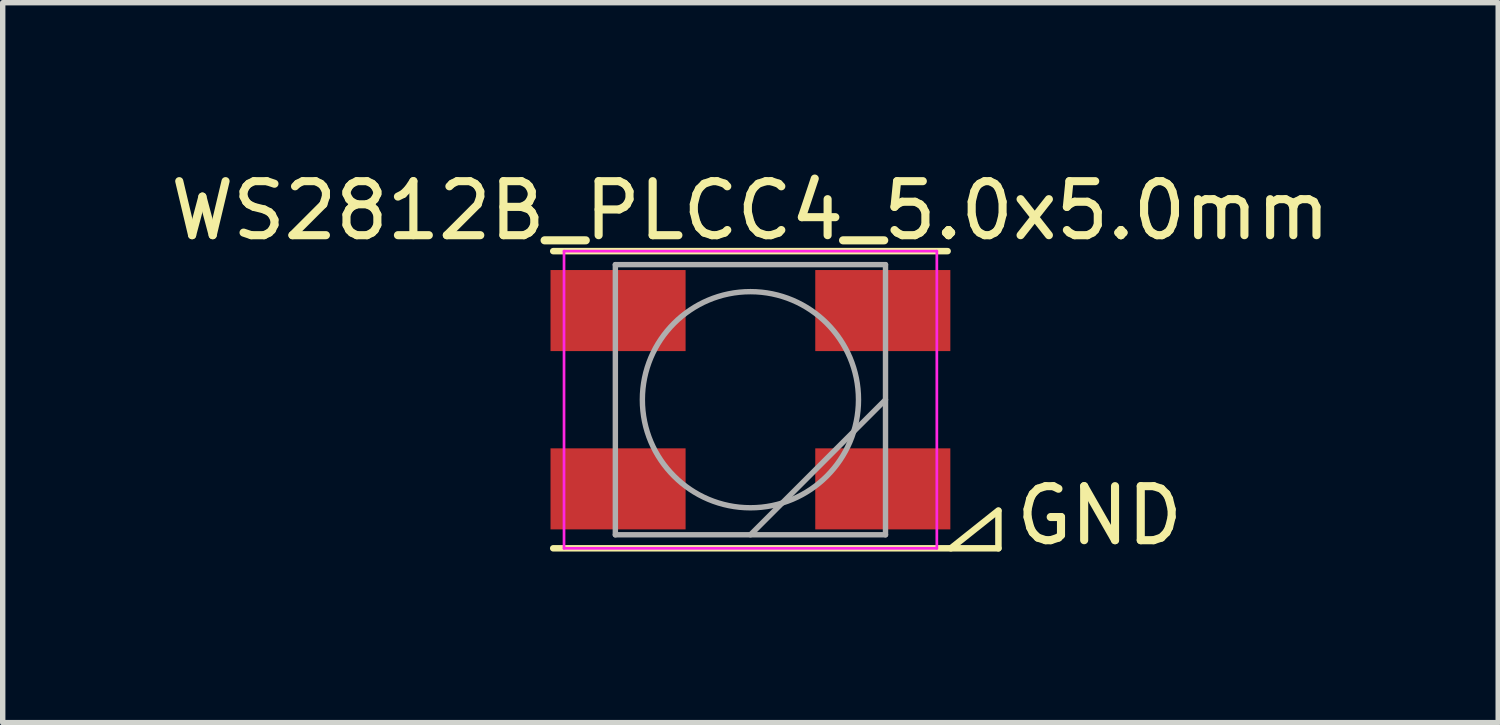
<source format=kicad_pcb>
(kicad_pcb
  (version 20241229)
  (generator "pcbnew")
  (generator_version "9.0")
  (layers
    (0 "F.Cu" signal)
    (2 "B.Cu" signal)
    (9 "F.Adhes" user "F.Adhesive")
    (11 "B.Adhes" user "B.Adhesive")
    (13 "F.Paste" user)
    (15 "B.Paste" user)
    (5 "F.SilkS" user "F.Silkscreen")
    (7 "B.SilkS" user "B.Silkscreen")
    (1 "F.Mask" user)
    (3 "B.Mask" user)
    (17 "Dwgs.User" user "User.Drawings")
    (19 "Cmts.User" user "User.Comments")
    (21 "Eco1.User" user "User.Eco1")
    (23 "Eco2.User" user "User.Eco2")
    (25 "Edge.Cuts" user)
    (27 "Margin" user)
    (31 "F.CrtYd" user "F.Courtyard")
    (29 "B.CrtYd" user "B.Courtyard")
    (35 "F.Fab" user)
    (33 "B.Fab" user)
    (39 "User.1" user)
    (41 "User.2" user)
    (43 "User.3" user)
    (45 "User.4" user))
  (footprint "WS2812B_PLCC4_5.0x5.0mm"
    (layer "F.Cu")
    (at 10.839 4.348)
    (property "Reference" "WS2812B_PLCC4_5.0x5.0mm" (at 0 -3.5 0) (layer "F.SilkS") (effects (font (size 1 1) (thickness 0.15))))
    (attr smd)
    (fp_line (start -3.65 -2.75) (end 3.65 -2.75) (stroke (width 0.12) (type solid)) (layer "F.SilkS"))
    (fp_line (start -3.65 2.75) (end 4.59 2.75) (stroke (width 0.12) (type solid)) (layer "F.SilkS"))
    (fp_line (start 4.59 2.05) (end 3.71 2.75) (stroke (width 0.12) (type default)) (layer "F.SilkS"))
    (fp_line (start 4.59 2.75) (end 4.59 2.06) (stroke (width 0.12) (type solid)) (layer "F.SilkS"))
    (fp_line (start -3.45 -2.75) (end -3.45 2.75) (stroke (width 0.05) (type solid)) (layer "F.CrtYd"))
    (fp_line (start -3.45 2.75) (end 3.45 2.75) (stroke (width 0.05) (type solid)) (layer "F.CrtYd"))
    (fp_line (start 3.45 -2.75) (end -3.45 -2.75) (stroke (width 0.05) (type solid)) (layer "F.CrtYd"))
    (fp_line (start 3.45 2.75) (end 3.45 -2.75) (stroke (width 0.05) (type solid)) (layer "F.CrtYd"))
    (fp_line (start -2.5 -2.5) (end -2.5 2.5) (stroke (width 0.1) (type solid)) (layer "F.Fab"))
    (fp_line (start -2.5 2.5) (end 2.5 2.5) (stroke (width 0.1) (type solid)) (layer "F.Fab"))
    (fp_line (start 2.5 -2.5) (end -2.5 -2.5) (stroke (width 0.1) (type solid)) (layer "F.Fab"))
    (fp_line (start 2.5 0) (end 0 2.5) (stroke (width 0.1) (type solid)) (layer "F.Fab"))
    (fp_line (start 2.5 2.5) (end 2.5 -2.5) (stroke (width 0.1) (type solid)) (layer "F.Fab"))
    (fp_circle (center 0 0) (end 0 -2) (stroke (width 0.1) (type solid)) (fill no) (layer "F.Fab"))
    (fp_text user "GND" (at 4.84 2.73 0) (layer "F.SilkS") (effects (font (size 1 1) (thickness 0.15)) (justify left bottom)))
    (pad "1" smd rect (at -2.45 -1.65) (size 2.5 1.5) (layers "F.Cu" "F.Mask" "F.Paste"))
    (pad "2" smd rect (at -2.45 1.65) (size 2.5 1.5) (layers "F.Cu" "F.Mask" "F.Paste"))
    (pad "3" smd rect (at 2.45 1.65) (size 2.5 1.5) (layers "F.Cu" "F.Mask" "F.Paste"))
    (pad "4" smd rect (at 2.45 -1.65) (size 2.5 1.5) (layers "F.Cu" "F.Mask" "F.Paste")))
  (gr_rect
    (start -3 -3)
    (end 24.679 10.325)
    (stroke (width 0.1) (type default))
    (fill no)
    (layer "Edge.Cuts")))
</source>
